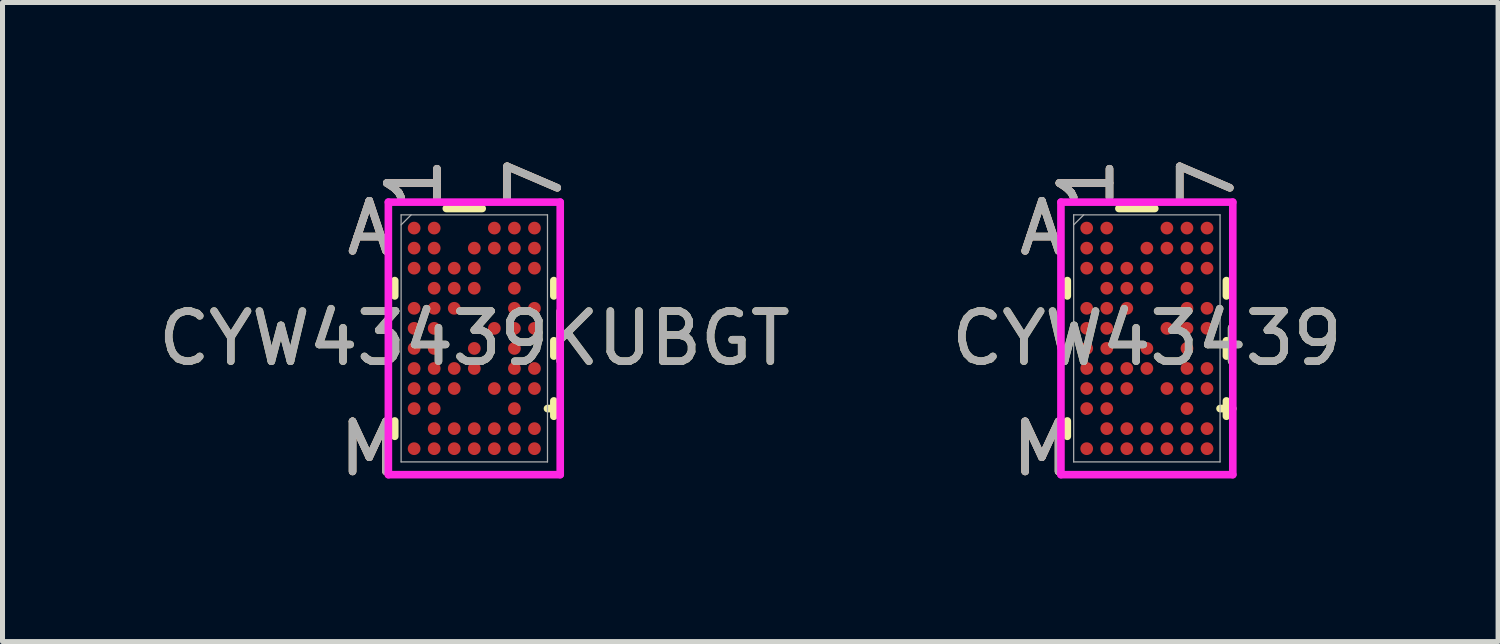
<source format=kicad_pcb>
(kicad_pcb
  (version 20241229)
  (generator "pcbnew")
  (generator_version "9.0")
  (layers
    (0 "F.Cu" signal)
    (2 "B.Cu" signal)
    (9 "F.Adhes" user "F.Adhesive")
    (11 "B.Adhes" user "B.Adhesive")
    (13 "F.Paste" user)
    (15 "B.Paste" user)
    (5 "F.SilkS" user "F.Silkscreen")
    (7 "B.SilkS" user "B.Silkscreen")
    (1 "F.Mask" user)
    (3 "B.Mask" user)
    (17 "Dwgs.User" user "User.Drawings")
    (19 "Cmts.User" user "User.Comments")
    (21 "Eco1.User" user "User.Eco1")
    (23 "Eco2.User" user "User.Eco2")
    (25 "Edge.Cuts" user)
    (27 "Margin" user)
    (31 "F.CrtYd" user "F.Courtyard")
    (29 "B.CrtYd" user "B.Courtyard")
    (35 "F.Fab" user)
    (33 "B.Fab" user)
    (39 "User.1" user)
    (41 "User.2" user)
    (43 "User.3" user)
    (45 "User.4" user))
  (footprint "CYW43439"
    (layer "F.Cu")
    (at 19.827 3.7)
    (property "Reference" "CYW43439" (at 0 0 0) (unlocked yes) (layer "F.SilkS") (effects (font (size 1 1) (thickness 0.15))))
    (attr smd)
    (fp_line (start -1.587 -1.153) (end -1.587 -0.847) (stroke (width 0.152) (type solid)) (layer "F.SilkS"))
    (fp_line (start -1.587 1.647) (end -1.587 1.953) (stroke (width 0.152) (type solid)) (layer "F.SilkS"))
    (fp_line (start 0.158 -2.591) (end -0.558 -2.591) (stroke (width 0.152) (type solid)) (layer "F.SilkS"))
    (fp_line (start 1.46 1.4) (end 1.714 1.4) (stroke (width 0.152) (type solid)) (layer "F.SilkS"))
    (fp_line (start 1.587 -0.847) (end 1.587 -1.153) (stroke (width 0.152) (type solid)) (layer "F.SilkS"))
    (fp_line (start 1.587 0.353) (end 1.587 0.047) (stroke (width 0.152) (type solid)) (layer "F.SilkS"))
    (fp_line (start 1.587 1.553) (end 1.587 1.247) (stroke (width 0.152) (type solid)) (layer "F.SilkS"))
    (fp_poly (pts (xy -1.845 -2.845) (xy 1.845 -2.845) (xy 1.845 2.845) (xy -1.845 2.845)) (stroke (width 0.1) (type solid)) (fill no) (layer "Eco2.User"))
    (fp_line (start -1.714 -2.718) (end 1.714 -2.718) (stroke (width 0.152) (type solid)) (layer "F.CrtYd"))
    (fp_line (start -1.714 2.718) (end -1.714 -2.718) (stroke (width 0.152) (type solid)) (layer "F.CrtYd"))
    (fp_line (start 1.714 -2.718) (end 1.714 2.718) (stroke (width 0.152) (type solid)) (layer "F.CrtYd"))
    (fp_line (start 1.714 2.718) (end -1.714 2.718) (stroke (width 0.152) (type solid)) (layer "F.CrtYd"))
    (fp_line (start -1.46 -2.464) (end -1.46 2.464) (stroke (width 0.025) (type solid)) (layer "F.Fab"))
    (fp_line (start -1.46 2.464) (end 1.46 2.464) (stroke (width 0.025) (type solid)) (layer "F.Fab"))
    (fp_line (start -1.26 -2.464) (end -1.46 -2.264) (stroke (width 0.025) (type solid)) (layer "F.Fab"))
    (fp_line (start 1.46 -2.464) (end -1.46 -2.464) (stroke (width 0.025) (type solid)) (layer "F.Fab"))
    (fp_line (start 1.46 2.464) (end 1.46 -2.464) (stroke (width 0.025) (type solid)) (layer "F.Fab"))
    (fp_text user "7" (at 1.2 -3.099 90) (unlocked yes) (layer "F.SilkS") (effects (font (size 1 1) (thickness 0.15))))
    (fp_text user "M" (at -2.095 2.2 0) (unlocked yes) (layer "F.SilkS") (effects (font (size 1 1) (thickness 0.15))))
    (fp_text user "A" (at -2.095 -2.2 0) (unlocked yes) (layer "F.SilkS") (effects (font (size 1 1) (thickness 0.15))))
    (fp_text user "1" (at -1.2 -3.099 90) (unlocked yes) (layer "F.SilkS") (effects (font (size 1 1) (thickness 0.15))))
    (fp_text user "M" (at -2.095 2.2 0) (unlocked yes) (layer "B.SilkS") (effects (font (size 1 1) (thickness 0.15))))
    (fp_text user "1" (at -1.2 -3.099 90) (unlocked yes) (layer "B.SilkS") (effects (font (size 1 1) (thickness 0.15))))
    (fp_text user "A" (at -2.095 -2.2 0) (unlocked yes) (layer "B.SilkS") (effects (font (size 1 1) (thickness 0.15))))
    (fp_text user "7" (at 1.2 -3.099 90) (unlocked yes) (layer "B.SilkS") (effects (font (size 1 1) (thickness 0.15))))
    (fp_text user "7" (at 1.2 -3.099 90) (unlocked yes) (layer "F.Fab") (effects (font (size 1 1) (thickness 0.15))))
    (fp_text user "A" (at -2.095 -2.2 0) (unlocked yes) (layer "F.Fab") (effects (font (size 1 1) (thickness 0.15))))
    (fp_text user "${REFERENCE}" (at 0 0 0) (unlocked yes) (layer "F.Fab") (effects (font (size 1 1) (thickness 0.15))))
    (fp_text user "M" (at -2.095 2.2 0) (unlocked yes) (layer "F.Fab") (effects (font (size 1 1) (thickness 0.15))))
    (fp_text user "1" (at -1.2 -3.099 90) (unlocked yes) (layer "F.Fab") (effects (font (size 1 1) (thickness 0.15))))
    (pad "A1" smd circle (at -1.2 -2.2) (size 0.254 0.254) (layers "F.Cu" "F.Mask" "F.Paste"))
    (pad "A2" smd circle (at -0.8 -2.2) (size 0.254 0.254) (layers "F.Cu" "F.Mask" "F.Paste"))
    (pad "A5" smd circle (at 0.4 -2.2) (size 0.254 0.254) (layers "F.Cu" "F.Mask" "F.Paste"))
    (pad "A6" smd circle (at 0.8 -2.2) (size 0.254 0.254) (layers "F.Cu" "F.Mask" "F.Paste"))
    (pad "A7" smd circle (at 1.2 -2.2) (size 0.254 0.254) (layers "F.Cu" "F.Mask" "F.Paste"))
    (pad "B1" smd circle (at -1.2 -1.8) (size 0.254 0.254) (layers "F.Cu" "F.Mask" "F.Paste"))
    (pad "B2" smd circle (at -0.8 -1.8) (size 0.254 0.254) (layers "F.Cu" "F.Mask" "F.Paste"))
    (pad "B4" smd circle (at 0 -1.8) (size 0.254 0.254) (layers "F.Cu" "F.Mask" "F.Paste"))
    (pad "B5" smd circle (at 0.4 -1.8) (size 0.254 0.254) (layers "F.Cu" "F.Mask" "F.Paste"))
    (pad "B6" smd circle (at 0.8 -1.8) (size 0.254 0.254) (layers "F.Cu" "F.Mask" "F.Paste"))
    (pad "B7" smd circle (at 1.2 -1.8) (size 0.254 0.254) (layers "F.Cu" "F.Mask" "F.Paste"))
    (pad "C1" smd circle (at -1.2 -1.4) (size 0.254 0.254) (layers "F.Cu" "F.Mask" "F.Paste"))
    (pad "C2" smd circle (at -0.8 -1.4) (size 0.254 0.254) (layers "F.Cu" "F.Mask" "F.Paste"))
    (pad "C3" smd circle (at -0.4 -1.4) (size 0.254 0.254) (layers "F.Cu" "F.Mask" "F.Paste"))
    (pad "C4" smd circle (at 0 -1.4) (size 0.254 0.254) (layers "F.Cu" "F.Mask" "F.Paste"))
    (pad "C6" smd circle (at 0.8 -1.4) (size 0.254 0.254) (layers "F.Cu" "F.Mask" "F.Paste"))
    (pad "C7" smd circle (at 1.2 -1.4) (size 0.254 0.254) (layers "F.Cu" "F.Mask" "F.Paste"))
    (pad "D2" smd circle (at -0.8 -1) (size 0.254 0.254) (layers "F.Cu" "F.Mask" "F.Paste"))
    (pad "D3" smd circle (at -0.4 -1) (size 0.254 0.254) (layers "F.Cu" "F.Mask" "F.Paste"))
    (pad "D4" smd circle (at 0 -1) (size 0.254 0.254) (layers "F.Cu" "F.Mask" "F.Paste"))
    (pad "D6" smd circle (at 0.8 -1) (size 0.254 0.254) (layers "F.Cu" "F.Mask" "F.Paste"))
    (pad "E1" smd circle (at -1.2 -0.6) (size 0.254 0.254) (layers "F.Cu" "F.Mask" "F.Paste"))
    (pad "E2" smd circle (at -0.8 -0.6) (size 0.254 0.254) (layers "F.Cu" "F.Mask" "F.Paste"))
    (pad "E3" smd circle (at -0.4 -0.6) (size 0.254 0.254) (layers "F.Cu" "F.Mask" "F.Paste"))
    (pad "E6" smd circle (at 0.8 -0.6) (size 0.254 0.254) (layers "F.Cu" "F.Mask" "F.Paste"))
    (pad "E7" smd circle (at 1.2 -0.6) (size 0.254 0.254) (layers "F.Cu" "F.Mask" "F.Paste"))
    (pad "F1" smd circle (at -1.2 -0.2) (size 0.254 0.254) (layers "F.Cu" "F.Mask" "F.Paste"))
    (pad "F2" smd circle (at -0.8 -0.2) (size 0.254 0.254) (layers "F.Cu" "F.Mask" "F.Paste"))
    (pad "F5" smd circle (at 0.4 -0.2) (size 0.254 0.254) (layers "F.Cu" "F.Mask" "F.Paste"))
    (pad "F6" smd circle (at 0.8 -0.2) (size 0.254 0.254) (layers "F.Cu" "F.Mask" "F.Paste"))
    (pad "F7" smd circle (at 1.2 -0.2) (size 0.254 0.254) (layers "F.Cu" "F.Mask" "F.Paste"))
    (pad "G1" smd circle (at -1.2 0.2) (size 0.254 0.254) (layers "F.Cu" "F.Mask" "F.Paste"))
    (pad "G2" smd circle (at -0.8 0.2) (size 0.254 0.254) (layers "F.Cu" "F.Mask" "F.Paste"))
    (pad "G4" smd circle (at 0 0.2) (size 0.254 0.254) (layers "F.Cu" "F.Mask" "F.Paste"))
    (pad "G6" smd circle (at 0.8 0.2) (size 0.254 0.254) (layers "F.Cu" "F.Mask" "F.Paste"))
    (pad "H1" smd circle (at -1.2 0.6) (size 0.254 0.254) (layers "F.Cu" "F.Mask" "F.Paste"))
    (pad "H2" smd circle (at -0.8 0.6) (size 0.254 0.254) (layers "F.Cu" "F.Mask" "F.Paste"))
    (pad "H3" smd circle (at -0.4 0.6) (size 0.254 0.254) (layers "F.Cu" "F.Mask" "F.Paste"))
    (pad "H4" smd circle (at 0 0.6) (size 0.254 0.254) (layers "F.Cu" "F.Mask" "F.Paste"))
    (pad "H6" smd circle (at 0.8 0.6) (size 0.254 0.254) (layers "F.Cu" "F.Mask" "F.Paste"))
    (pad "H7" smd circle (at 1.2 0.6) (size 0.254 0.254) (layers "F.Cu" "F.Mask" "F.Paste"))
    (pad "J1" smd circle (at -1.2 1) (size 0.254 0.254) (layers "F.Cu" "F.Mask" "F.Paste"))
    (pad "J2" smd circle (at -0.8 1) (size 0.254 0.254) (layers "F.Cu" "F.Mask" "F.Paste"))
    (pad "J3" smd circle (at -0.4 1) (size 0.254 0.254) (layers "F.Cu" "F.Mask" "F.Paste"))
    (pad "J5" smd circle (at 0.4 1) (size 0.254 0.254) (layers "F.Cu" "F.Mask" "F.Paste"))
    (pad "J6" smd circle (at 0.8 1) (size 0.254 0.254) (layers "F.Cu" "F.Mask" "F.Paste"))
    (pad "J7" smd circle (at 1.2 1) (size 0.254 0.254) (layers "F.Cu" "F.Mask" "F.Paste"))
    (pad "K1" smd circle (at -1.2 1.4) (size 0.254 0.254) (layers "F.Cu" "F.Mask" "F.Paste"))
    (pad "K2" smd circle (at -0.8 1.4) (size 0.254 0.254) (layers "F.Cu" "F.Mask" "F.Paste"))
    (pad "K6" smd circle (at 0.8 1.4) (size 0.254 0.254) (layers "F.Cu" "F.Mask" "F.Paste"))
    (pad "L2" smd circle (at -0.8 1.8) (size 0.254 0.254) (layers "F.Cu" "F.Mask" "F.Paste"))
    (pad "L3" smd circle (at -0.4 1.8) (size 0.254 0.254) (layers "F.Cu" "F.Mask" "F.Paste"))
    (pad "L4" smd circle (at 0 1.8) (size 0.254 0.254) (layers "F.Cu" "F.Mask" "F.Paste"))
    (pad "L5" smd circle (at 0.4 1.8) (size 0.254 0.254) (layers "F.Cu" "F.Mask" "F.Paste"))
    (pad "L6" smd circle (at 0.8 1.8) (size 0.254 0.254) (layers "F.Cu" "F.Mask" "F.Paste"))
    (pad "L7" smd circle (at 1.2 1.8) (size 0.254 0.254) (layers "F.Cu" "F.Mask" "F.Paste"))
    (pad "M1" smd circle (at -1.2 2.2) (size 0.254 0.254) (layers "F.Cu" "F.Mask" "F.Paste"))
    (pad "M2" smd circle (at -0.8 2.2) (size 0.254 0.254) (layers "F.Cu" "F.Mask" "F.Paste"))
    (pad "M3" smd circle (at -0.4 2.2) (size 0.254 0.254) (layers "F.Cu" "F.Mask" "F.Paste"))
    (pad "M4" smd circle (at 0 2.2) (size 0.254 0.254) (layers "F.Cu" "F.Mask" "F.Paste"))
    (pad "M5" smd circle (at 0.4 2.2) (size 0.254 0.254) (layers "F.Cu" "F.Mask" "F.Paste"))
    (pad "M6" smd circle (at 0.8 2.2) (size 0.254 0.254) (layers "F.Cu" "F.Mask" "F.Paste"))
    (pad "M7" smd circle (at 1.2 2.2) (size 0.254 0.254) (layers "F.Cu" "F.Mask" "F.Paste")))
  (footprint "CYW43439KUBGT"
    (layer "F.Cu")
    (at 6.411 3.7)
    (property "Reference" "CYW43439KUBGT" (at 0 0 0) (unlocked yes) (layer "F.SilkS") (effects (font (size 1 1) (thickness 0.15))))
    (attr smd)
    (fp_line (start -1.587 -1.153) (end -1.587 -0.847) (stroke (width 0.152) (type solid)) (layer "F.SilkS"))
    (fp_line (start -1.587 1.647) (end -1.587 1.953) (stroke (width 0.152) (type solid)) (layer "F.SilkS"))
    (fp_line (start 0.158 -2.591) (end -0.558 -2.591) (stroke (width 0.152) (type solid)) (layer "F.SilkS"))
    (fp_line (start 1.46 1.4) (end 1.714 1.4) (stroke (width 0.152) (type solid)) (layer "F.SilkS"))
    (fp_line (start 1.587 -0.847) (end 1.587 -1.153) (stroke (width 0.152) (type solid)) (layer "F.SilkS"))
    (fp_line (start 1.587 0.353) (end 1.587 0.047) (stroke (width 0.152) (type solid)) (layer "F.SilkS"))
    (fp_line (start 1.587 1.553) (end 1.587 1.247) (stroke (width 0.152) (type solid)) (layer "F.SilkS"))
    (fp_poly (pts (xy -1.845 -2.845) (xy 1.845 -2.845) (xy 1.845 2.845) (xy -1.845 2.845)) (stroke (width 0.1) (type solid)) (fill no) (layer "Eco2.User"))
    (fp_line (start -1.714 -2.718) (end 1.714 -2.718) (stroke (width 0.152) (type solid)) (layer "F.CrtYd"))
    (fp_line (start -1.714 2.718) (end -1.714 -2.718) (stroke (width 0.152) (type solid)) (layer "F.CrtYd"))
    (fp_line (start 1.714 -2.718) (end 1.714 2.718) (stroke (width 0.152) (type solid)) (layer "F.CrtYd"))
    (fp_line (start 1.714 2.718) (end -1.714 2.718) (stroke (width 0.152) (type solid)) (layer "F.CrtYd"))
    (fp_line (start -1.46 -2.464) (end -1.46 2.464) (stroke (width 0.025) (type solid)) (layer "F.Fab"))
    (fp_line (start -1.46 2.464) (end 1.46 2.464) (stroke (width 0.025) (type solid)) (layer "F.Fab"))
    (fp_line (start -1.26 -2.464) (end -1.46 -2.264) (stroke (width 0.025) (type solid)) (layer "F.Fab"))
    (fp_line (start 1.46 -2.464) (end -1.46 -2.464) (stroke (width 0.025) (type solid)) (layer "F.Fab"))
    (fp_line (start 1.46 2.464) (end 1.46 -2.464) (stroke (width 0.025) (type solid)) (layer "F.Fab"))
    (fp_text user "7" (at 1.2 -3.099 90) (unlocked yes) (layer "F.SilkS") (effects (font (size 1 1) (thickness 0.15))))
    (fp_text user "A" (at -2.095 -2.2 0) (unlocked yes) (layer "F.SilkS") (effects (font (size 1 1) (thickness 0.15))))
    (fp_text user "1" (at -1.2 -3.099 90) (unlocked yes) (layer "F.SilkS") (effects (font (size 1 1) (thickness 0.15))))
    (fp_text user "M" (at -2.095 2.2 0) (unlocked yes) (layer "F.SilkS") (effects (font (size 1 1) (thickness 0.15))))
    (fp_text user "A" (at -2.095 -2.2 0) (unlocked yes) (layer "B.SilkS") (effects (font (size 1 1) (thickness 0.15))))
    (fp_text user "7" (at 1.2 -3.099 90) (unlocked yes) (layer "B.SilkS") (effects (font (size 1 1) (thickness 0.15))))
    (fp_text user "M" (at -2.095 2.2 0) (unlocked yes) (layer "B.SilkS") (effects (font (size 1 1) (thickness 0.15))))
    (fp_text user "1" (at -1.2 -3.099 90) (unlocked yes) (layer "B.SilkS") (effects (font (size 1 1) (thickness 0.15))))
    (fp_text user "${REFERENCE}" (at 0 0 0) (unlocked yes) (layer "F.Fab") (effects (font (size 1 1) (thickness 0.15))))
    (fp_text user "M" (at -2.095 2.2 0) (unlocked yes) (layer "F.Fab") (effects (font (size 1 1) (thickness 0.15))))
    (fp_text user "1" (at -1.2 -3.099 90) (unlocked yes) (layer "F.Fab") (effects (font (size 1 1) (thickness 0.15))))
    (fp_text user "A" (at -2.095 -2.2 0) (unlocked yes) (layer "F.Fab") (effects (font (size 1 1) (thickness 0.15))))
    (fp_text user "7" (at 1.2 -3.099 90) (unlocked yes) (layer "F.Fab") (effects (font (size 1 1) (thickness 0.15))))
    (pad "A1" smd circle (at -1.2 -2.2) (size 0.254 0.254) (layers "F.Cu" "F.Mask" "F.Paste"))
    (pad "A2" smd circle (at -0.8 -2.2) (size 0.254 0.254) (layers "F.Cu" "F.Mask" "F.Paste"))
    (pad "A5" smd circle (at 0.4 -2.2) (size 0.254 0.254) (layers "F.Cu" "F.Mask" "F.Paste"))
    (pad "A6" smd circle (at 0.8 -2.2) (size 0.254 0.254) (layers "F.Cu" "F.Mask" "F.Paste"))
    (pad "A7" smd circle (at 1.2 -2.2) (size 0.254 0.254) (layers "F.Cu" "F.Mask" "F.Paste"))
    (pad "B1" smd circle (at -1.2 -1.8) (size 0.254 0.254) (layers "F.Cu" "F.Mask" "F.Paste"))
    (pad "B2" smd circle (at -0.8 -1.8) (size 0.254 0.254) (layers "F.Cu" "F.Mask" "F.Paste"))
    (pad "B4" smd circle (at 0 -1.8) (size 0.254 0.254) (layers "F.Cu" "F.Mask" "F.Paste"))
    (pad "B5" smd circle (at 0.4 -1.8) (size 0.254 0.254) (layers "F.Cu" "F.Mask" "F.Paste"))
    (pad "B6" smd circle (at 0.8 -1.8) (size 0.254 0.254) (layers "F.Cu" "F.Mask" "F.Paste"))
    (pad "B7" smd circle (at 1.2 -1.8) (size 0.254 0.254) (layers "F.Cu" "F.Mask" "F.Paste"))
    (pad "C1" smd circle (at -1.2 -1.4) (size 0.254 0.254) (layers "F.Cu" "F.Mask" "F.Paste"))
    (pad "C2" smd circle (at -0.8 -1.4) (size 0.254 0.254) (layers "F.Cu" "F.Mask" "F.Paste"))
    (pad "C3" smd circle (at -0.4 -1.4) (size 0.254 0.254) (layers "F.Cu" "F.Mask" "F.Paste"))
    (pad "C4" smd circle (at 0 -1.4) (size 0.254 0.254) (layers "F.Cu" "F.Mask" "F.Paste"))
    (pad "C6" smd circle (at 0.8 -1.4) (size 0.254 0.254) (layers "F.Cu" "F.Mask" "F.Paste"))
    (pad "C7" smd circle (at 1.2 -1.4) (size 0.254 0.254) (layers "F.Cu" "F.Mask" "F.Paste"))
    (pad "D2" smd circle (at -0.8 -1) (size 0.254 0.254) (layers "F.Cu" "F.Mask" "F.Paste"))
    (pad "D3" smd circle (at -0.4 -1) (size 0.254 0.254) (layers "F.Cu" "F.Mask" "F.Paste"))
    (pad "D4" smd circle (at 0 -1) (size 0.254 0.254) (layers "F.Cu" "F.Mask" "F.Paste"))
    (pad "D6" smd circle (at 0.8 -1) (size 0.254 0.254) (layers "F.Cu" "F.Mask" "F.Paste"))
    (pad "E1" smd circle (at -1.2 -0.6) (size 0.254 0.254) (layers "F.Cu" "F.Mask" "F.Paste"))
    (pad "E2" smd circle (at -0.8 -0.6) (size 0.254 0.254) (layers "F.Cu" "F.Mask" "F.Paste"))
    (pad "E3" smd circle (at -0.4 -0.6) (size 0.254 0.254) (layers "F.Cu" "F.Mask" "F.Paste"))
    (pad "E6" smd circle (at 0.8 -0.6) (size 0.254 0.254) (layers "F.Cu" "F.Mask" "F.Paste"))
    (pad "E7" smd circle (at 1.2 -0.6) (size 0.254 0.254) (layers "F.Cu" "F.Mask" "F.Paste"))
    (pad "F1" smd circle (at -1.2 -0.2) (size 0.254 0.254) (layers "F.Cu" "F.Mask" "F.Paste"))
    (pad "F2" smd circle (at -0.8 -0.2) (size 0.254 0.254) (layers "F.Cu" "F.Mask" "F.Paste"))
    (pad "F5" smd circle (at 0.4 -0.2) (size 0.254 0.254) (layers "F.Cu" "F.Mask" "F.Paste"))
    (pad "F6" smd circle (at 0.8 -0.2) (size 0.254 0.254) (layers "F.Cu" "F.Mask" "F.Paste"))
    (pad "F7" smd circle (at 1.2 -0.2) (size 0.254 0.254) (layers "F.Cu" "F.Mask" "F.Paste"))
    (pad "G1" smd circle (at -1.2 0.2) (size 0.254 0.254) (layers "F.Cu" "F.Mask" "F.Paste"))
    (pad "G2" smd circle (at -0.8 0.2) (size 0.254 0.254) (layers "F.Cu" "F.Mask" "F.Paste"))
    (pad "G4" smd circle (at 0 0.2) (size 0.254 0.254) (layers "F.Cu" "F.Mask" "F.Paste"))
    (pad "G6" smd circle (at 0.8 0.2) (size 0.254 0.254) (layers "F.Cu" "F.Mask" "F.Paste"))
    (pad "H1" smd circle (at -1.2 0.6) (size 0.254 0.254) (layers "F.Cu" "F.Mask" "F.Paste"))
    (pad "H2" smd circle (at -0.8 0.6) (size 0.254 0.254) (layers "F.Cu" "F.Mask" "F.Paste"))
    (pad "H3" smd circle (at -0.4 0.6) (size 0.254 0.254) (layers "F.Cu" "F.Mask" "F.Paste"))
    (pad "H4" smd circle (at 0 0.6) (size 0.254 0.254) (layers "F.Cu" "F.Mask" "F.Paste"))
    (pad "H6" smd circle (at 0.8 0.6) (size 0.254 0.254) (layers "F.Cu" "F.Mask" "F.Paste"))
    (pad "H7" smd circle (at 1.2 0.6) (size 0.254 0.254) (layers "F.Cu" "F.Mask" "F.Paste"))
    (pad "J1" smd circle (at -1.2 1) (size 0.254 0.254) (layers "F.Cu" "F.Mask" "F.Paste"))
    (pad "J2" smd circle (at -0.8 1) (size 0.254 0.254) (layers "F.Cu" "F.Mask" "F.Paste"))
    (pad "J3" smd circle (at -0.4 1) (size 0.254 0.254) (layers "F.Cu" "F.Mask" "F.Paste"))
    (pad "J5" smd circle (at 0.4 1) (size 0.254 0.254) (layers "F.Cu" "F.Mask" "F.Paste"))
    (pad "J6" smd circle (at 0.8 1) (size 0.254 0.254) (layers "F.Cu" "F.Mask" "F.Paste"))
    (pad "J7" smd circle (at 1.2 1) (size 0.254 0.254) (layers "F.Cu" "F.Mask" "F.Paste"))
    (pad "K1" smd circle (at -1.2 1.4) (size 0.254 0.254) (layers "F.Cu" "F.Mask" "F.Paste"))
    (pad "K2" smd circle (at -0.8 1.4) (size 0.254 0.254) (layers "F.Cu" "F.Mask" "F.Paste"))
    (pad "K6" smd circle (at 0.8 1.4) (size 0.254 0.254) (layers "F.Cu" "F.Mask" "F.Paste"))
    (pad "L2" smd circle (at -0.8 1.8) (size 0.254 0.254) (layers "F.Cu" "F.Mask" "F.Paste"))
    (pad "L3" smd circle (at -0.4 1.8) (size 0.254 0.254) (layers "F.Cu" "F.Mask" "F.Paste"))
    (pad "L4" smd circle (at 0 1.8) (size 0.254 0.254) (layers "F.Cu" "F.Mask" "F.Paste"))
    (pad "L5" smd circle (at 0.4 1.8) (size 0.254 0.254) (layers "F.Cu" "F.Mask" "F.Paste"))
    (pad "L6" smd circle (at 0.8 1.8) (size 0.254 0.254) (layers "F.Cu" "F.Mask" "F.Paste"))
    (pad "L7" smd circle (at 1.2 1.8) (size 0.254 0.254) (layers "F.Cu" "F.Mask" "F.Paste"))
    (pad "M1" smd circle (at -1.2 2.2) (size 0.254 0.254) (layers "F.Cu" "F.Mask" "F.Paste"))
    (pad "M2" smd circle (at -0.8 2.2) (size 0.254 0.254) (layers "F.Cu" "F.Mask" "F.Paste"))
    (pad "M3" smd circle (at -0.4 2.2) (size 0.254 0.254) (layers "F.Cu" "F.Mask" "F.Paste"))
    (pad "M4" smd circle (at 0 2.2) (size 0.254 0.254) (layers "F.Cu" "F.Mask" "F.Paste"))
    (pad "M5" smd circle (at 0.4 2.2) (size 0.254 0.254) (layers "F.Cu" "F.Mask" "F.Paste"))
    (pad "M6" smd circle (at 0.8 2.2) (size 0.254 0.254) (layers "F.Cu" "F.Mask" "F.Paste"))
    (pad "M7" smd circle (at 1.2 2.2) (size 0.254 0.254) (layers "F.Cu" "F.Mask" "F.Paste")))
  (gr_rect
    (start -3 -3)
    (end 26.833 9.748)
    (stroke (width 0.1) (type default))
    (fill no)
    (layer "Edge.Cuts")))
</source>
